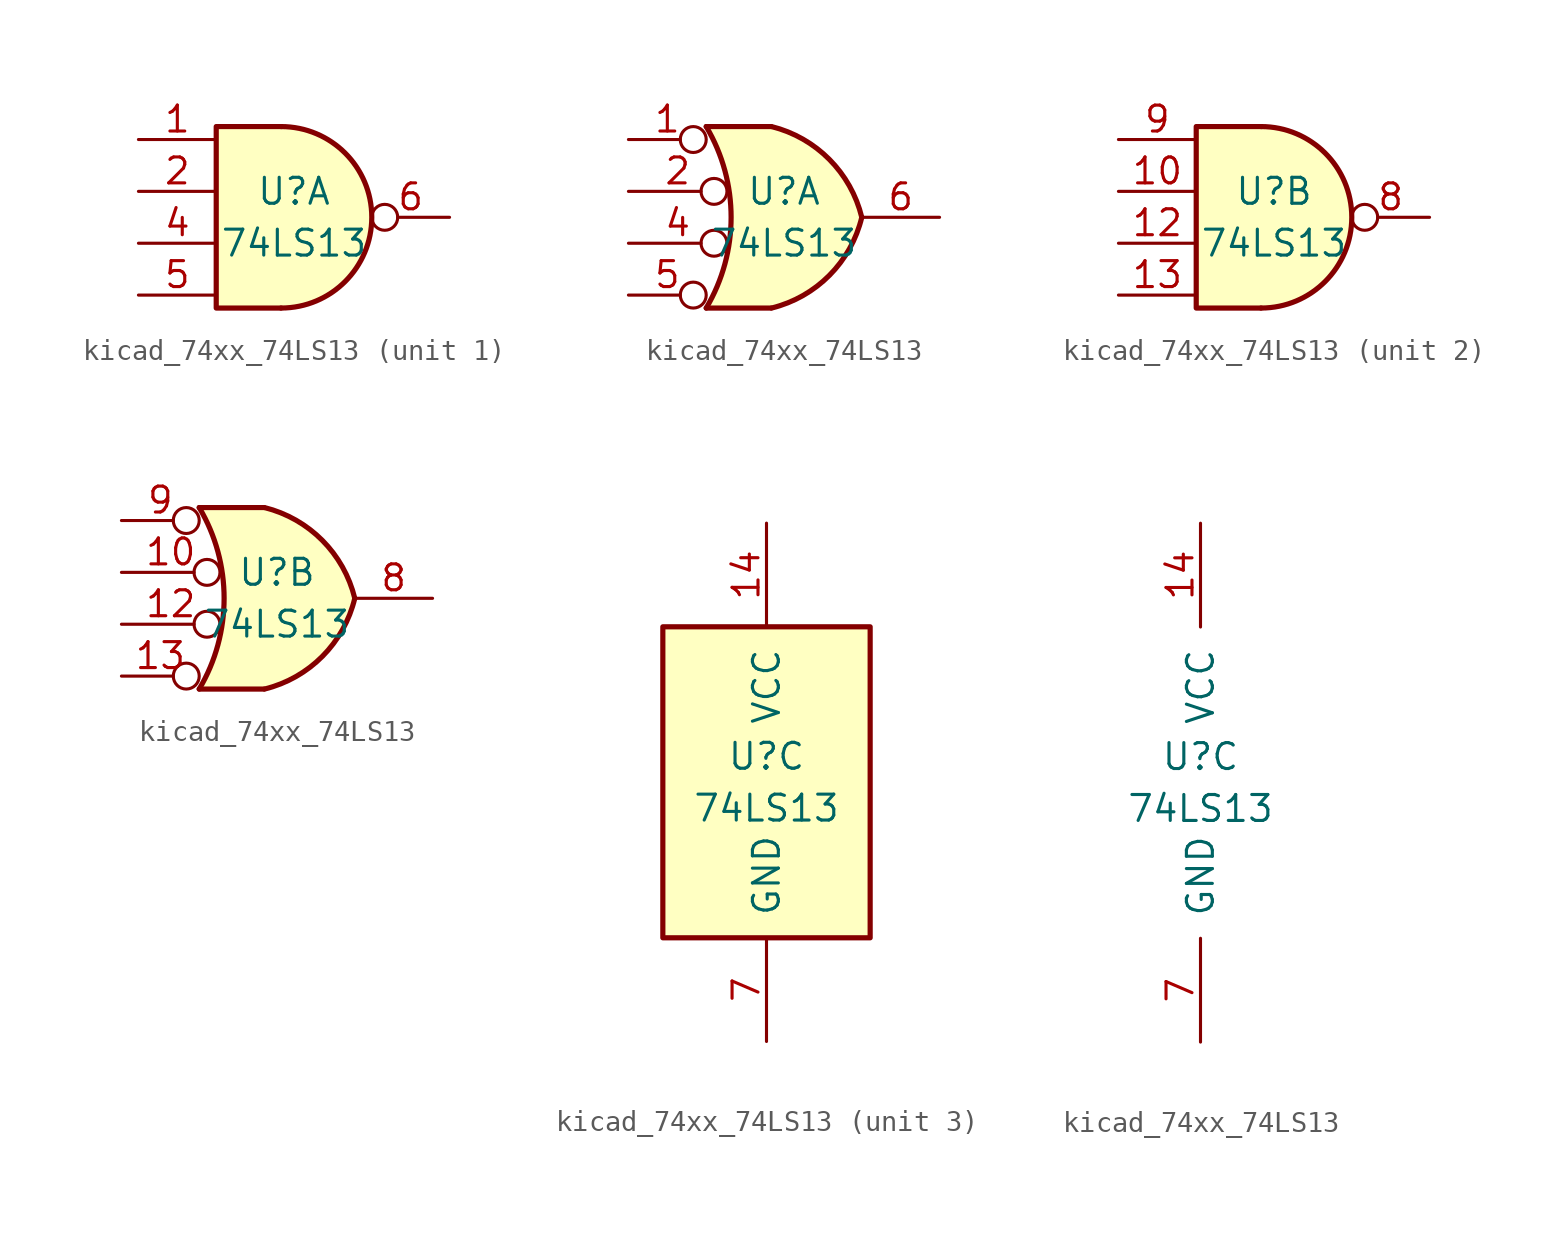
<source format=kicad_sym>
(kicad_symbol_lib
  (version 20220914)
  (generator kicad_symbol_editor)
  (symbol "kicad_74xx_74LS13"
    (pin_names
      (offset 1.016))
    (property "Reference" "U"
      (at 0 1.27 0)
      (effects (font (size 1.27 1.27))))
    (property "Value" "74LS13"
      (at 0 -1.27 0)
      (effects (font (size 1.27 1.27))))
    (property "ki_locked" ""
      (at 0 0 0)
      (effects (font (size 1.27 1.27))))
    (symbol "kicad_74xx_74LS13_1_1"
      (arc (start -0.635 -4.445) (mid 3.7907 0) (end -0.635 4.445) (stroke (width 0.254) (type default)) (fill (type background)))
      (polyline (pts (xy -0.635 4.445) (xy -3.81 4.445) (xy -3.81 -4.445) (xy -0.635 -4.445)) (stroke (width 0.254) (type default)) (fill (type background)))
      (pin input line (at -7.62 3.81 0) (length 3.81) (name "~" (effects (font (size 1.27 1.27)))) (number "1" (effects (font (size 1.27 1.27)))))
      (pin input line (at -7.62 1.27 0) (length 3.81) (name "~" (effects (font (size 1.27 1.27)))) (number "2" (effects (font (size 1.27 1.27)))))
      (pin input line (at -7.62 -1.27 0) (length 3.81) (name "~" (effects (font (size 1.27 1.27)))) (number "4" (effects (font (size 1.27 1.27)))))
      (pin input line (at -7.62 -3.81 0) (length 3.81) (name "~" (effects (font (size 1.27 1.27)))) (number "5" (effects (font (size 1.27 1.27)))))
      (pin output inverted (at 7.62 0 180) (length 3.81) (name "~" (effects (font (size 1.27 1.27)))) (number "6" (effects (font (size 1.27 1.27))))))
    (symbol "kicad_74xx_74LS13_1_2"
      (arc (start -3.81 -4.445) (mid -2.5908 0) (end -3.81 4.445) (stroke (width 0.254) (type default)) (fill (type none)))
      (arc (start -0.6096 -4.445) (mid 2.2246 -2.8422) (end 3.81 0) (stroke (width 0.254) (type default)) (fill (type background)))
      (polyline (pts (xy -3.81 -4.445) (xy -0.635 -4.445)) (stroke (width 0.254) (type default)) (fill (type background)))
      (polyline (pts (xy -3.81 4.445) (xy -0.635 4.445)) (stroke (width 0.254) (type default)) (fill (type background)))
      (polyline (pts (xy -0.635 4.445) (xy -3.81 4.445) (xy -3.81 4.445) (xy -3.632 4.089) (xy -3.099 2.921) (xy -2.769 1.676) (xy -2.616 0.432) (xy -2.642 -0.864) (xy -2.87 -2.108) (xy -3.251 -3.327) (xy -3.81 -4.445) (xy -3.81 -4.445) (xy -0.635 -4.445)) (stroke (width -25.4) (type default)) (fill (type background)))
      (arc (start 3.81 0) (mid 2.2204 2.8379) (end -0.6096 4.445) (stroke (width 0.254) (type default)) (fill (type background)))
      (pin input inverted (at -7.62 3.81 0) (length 3.81) (name "~" (effects (font (size 1.27 1.27)))) (number "1" (effects (font (size 1.27 1.27)))))
      (pin input inverted (at -7.62 1.27 0) (length 4.826) (name "~" (effects (font (size 1.27 1.27)))) (number "2" (effects (font (size 1.27 1.27)))))
      (pin input inverted (at -7.62 -1.27 0) (length 4.826) (name "~" (effects (font (size 1.27 1.27)))) (number "4" (effects (font (size 1.27 1.27)))))
      (pin input inverted (at -7.62 -3.81 0) (length 3.81) (name "~" (effects (font (size 1.27 1.27)))) (number "5" (effects (font (size 1.27 1.27)))))
      (pin output line (at 7.62 0 180) (length 3.81) (name "~" (effects (font (size 1.27 1.27)))) (number "6" (effects (font (size 1.27 1.27))))))
    (symbol "kicad_74xx_74LS13_2_1"
      (arc (start -0.635 -4.445) (mid 3.7907 0) (end -0.635 4.445) (stroke (width 0.254) (type default)) (fill (type background)))
      (polyline (pts (xy -0.635 4.445) (xy -3.81 4.445) (xy -3.81 -4.445) (xy -0.635 -4.445)) (stroke (width 0.254) (type default)) (fill (type background)))
      (pin input line (at -7.62 1.27 0) (length 3.81) (name "~" (effects (font (size 1.27 1.27)))) (number "10" (effects (font (size 1.27 1.27)))))
      (pin input line (at -7.62 -1.27 0) (length 3.81) (name "~" (effects (font (size 1.27 1.27)))) (number "12" (effects (font (size 1.27 1.27)))))
      (pin input line (at -7.62 -3.81 0) (length 3.81) (name "~" (effects (font (size 1.27 1.27)))) (number "13" (effects (font (size 1.27 1.27)))))
      (pin output inverted (at 7.62 0 180) (length 3.81) (name "~" (effects (font (size 1.27 1.27)))) (number "8" (effects (font (size 1.27 1.27)))))
      (pin input line (at -7.62 3.81 0) (length 3.81) (name "~" (effects (font (size 1.27 1.27)))) (number "9" (effects (font (size 1.27 1.27))))))
    (symbol "kicad_74xx_74LS13_2_2"
      (arc (start -3.81 -4.445) (mid -2.5908 0) (end -3.81 4.445) (stroke (width 0.254) (type default)) (fill (type none)))
      (arc (start -0.6096 -4.445) (mid 2.2246 -2.8422) (end 3.81 0) (stroke (width 0.254) (type default)) (fill (type background)))
      (polyline (pts (xy -3.81 -4.445) (xy -0.635 -4.445)) (stroke (width 0.254) (type default)) (fill (type background)))
      (polyline (pts (xy -3.81 4.445) (xy -0.635 4.445)) (stroke (width 0.254) (type default)) (fill (type background)))
      (polyline (pts (xy -0.635 4.445) (xy -3.81 4.445) (xy -3.81 4.445) (xy -3.632 4.089) (xy -3.099 2.921) (xy -2.769 1.676) (xy -2.616 0.432) (xy -2.642 -0.864) (xy -2.87 -2.108) (xy -3.251 -3.327) (xy -3.81 -4.445) (xy -3.81 -4.445) (xy -0.635 -4.445)) (stroke (width -25.4) (type default)) (fill (type background)))
      (arc (start 3.81 0) (mid 2.2204 2.8379) (end -0.6096 4.445) (stroke (width 0.254) (type default)) (fill (type background)))
      (pin input inverted (at -7.62 1.27 0) (length 4.826) (name "~" (effects (font (size 1.27 1.27)))) (number "10" (effects (font (size 1.27 1.27)))))
      (pin input inverted (at -7.62 -1.27 0) (length 4.826) (name "~" (effects (font (size 1.27 1.27)))) (number "12" (effects (font (size 1.27 1.27)))))
      (pin input inverted (at -7.62 -3.81 0) (length 3.81) (name "~" (effects (font (size 1.27 1.27)))) (number "13" (effects (font (size 1.27 1.27)))))
      (pin output line (at 7.62 0 180) (length 3.81) (name "~" (effects (font (size 1.27 1.27)))) (number "8" (effects (font (size 1.27 1.27)))))
      (pin input inverted (at -7.62 3.81 0) (length 3.81) (name "~" (effects (font (size 1.27 1.27)))) (number "9" (effects (font (size 1.27 1.27))))))
    (symbol "kicad_74xx_74LS13_3_0"
      (pin power_in line (at 0 12.7 270) (length 5.08) (name "VCC" (effects (font (size 1.27 1.27)))) (number "14" (effects (font (size 1.27 1.27)))))
      (pin power_in line (at 0 -12.7 90) (length 5.08) (name "GND" (effects (font (size 1.27 1.27)))) (number "7" (effects (font (size 1.27 1.27))))))
    (symbol "kicad_74xx_74LS13_3_1"
      (rectangle (start -5.08 7.62) (end 5.08 -7.62) (stroke (width 0.254) (type default)) (fill (type background))))))
</source>
